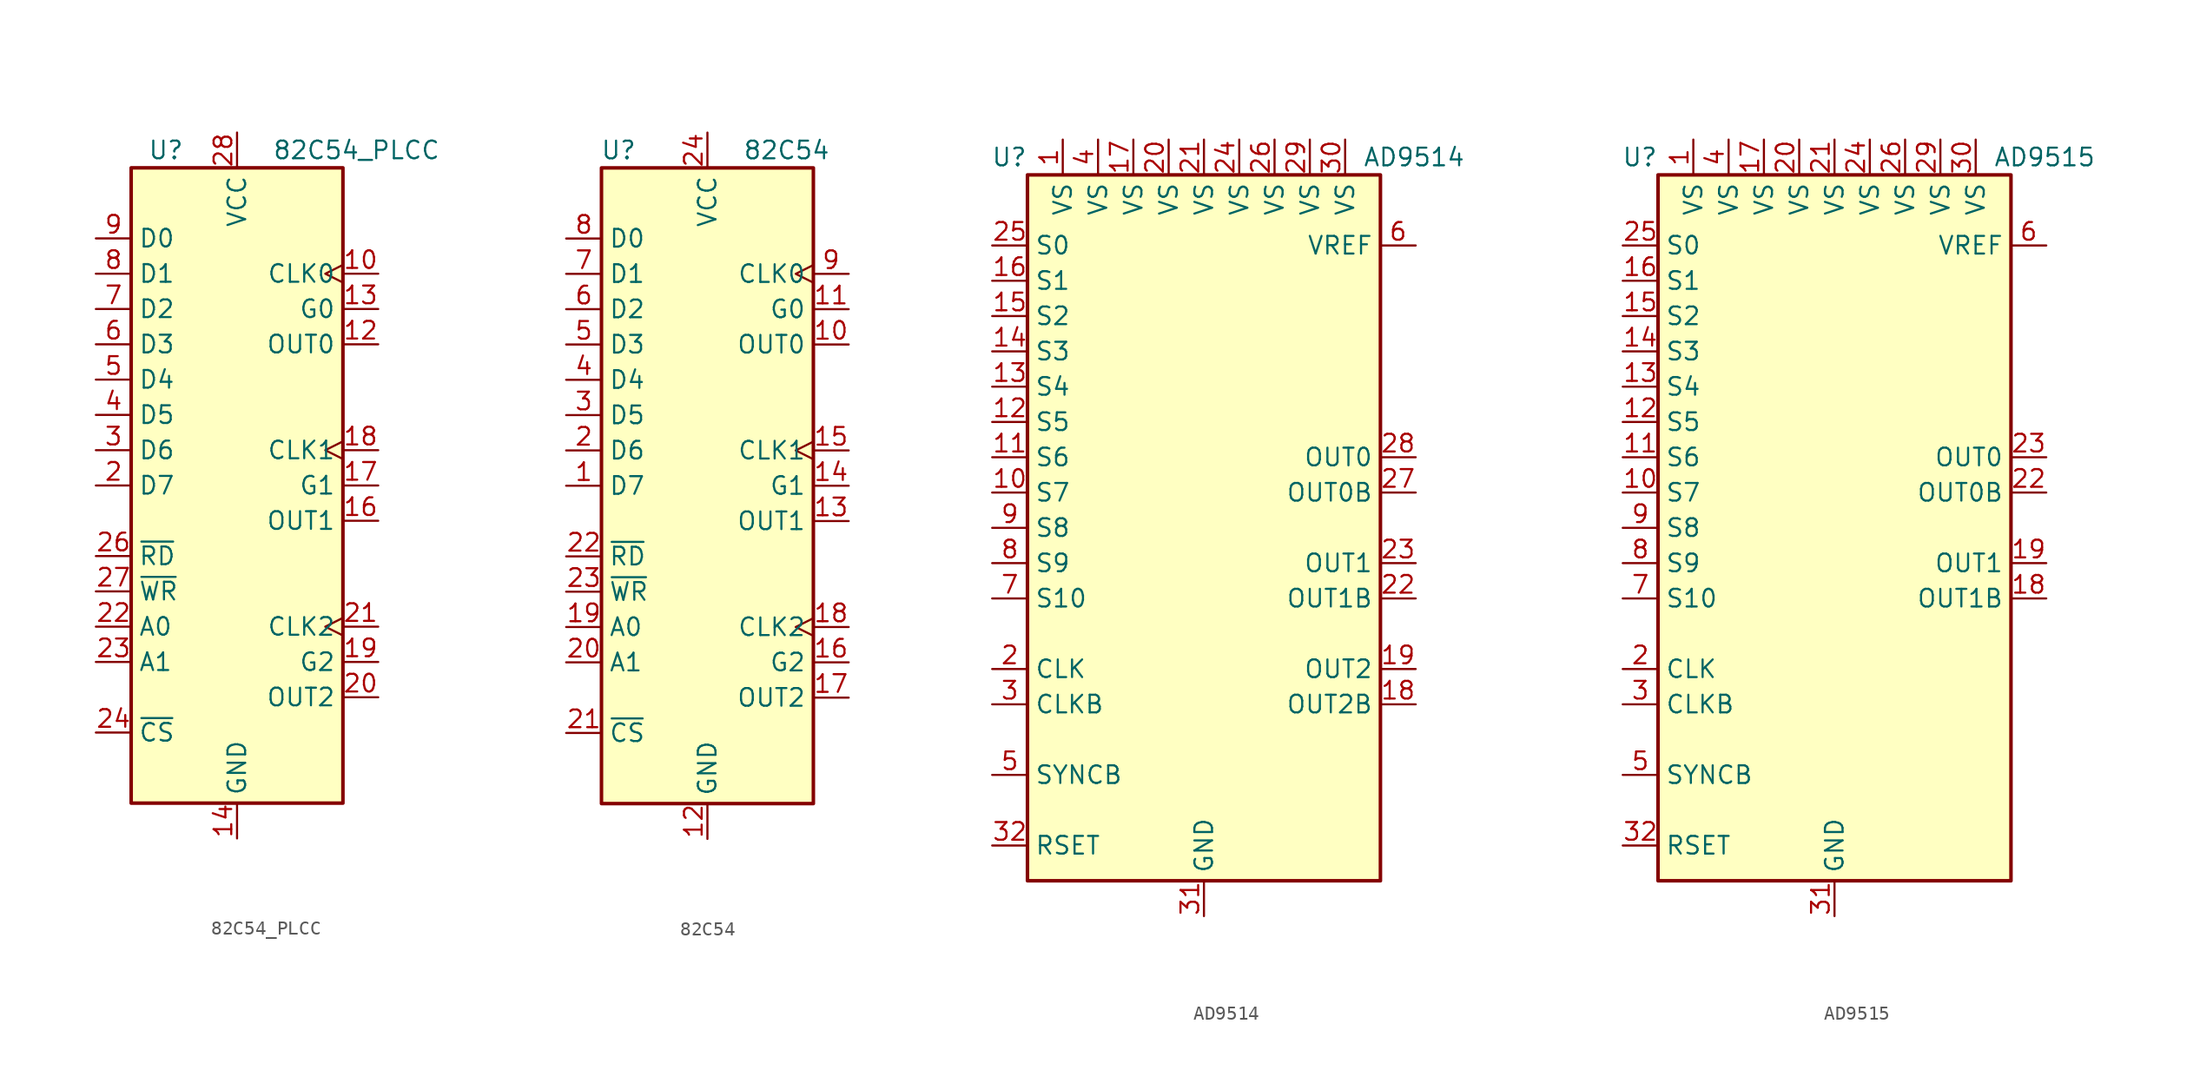
<source format=kicad_sym>
(kicad_symbol_lib
  (version 20201005)
  (generator kicad_symbol_editor)
  (symbol "Timer:82C54_PLCC"
    (property "Reference" "U"
      (at -3.81 24.13 0)
      (effects (font (size 1.27 1.27)) (justify right)))
    (property "Value" "82C54_PLCC"
      (at 2.54 24.13 0)
      (effects (font (size 1.27 1.27)) (justify left)))
    (symbol "82C54_PLCC_0_1"
      (rectangle (start -7.62 -22.86) (end 7.62 22.86) (stroke (width 0.254)) (fill (type background))))
    (symbol "82C54_PLCC_1_1"
      (pin no_connect line (at -5.08 -22.86 90) (length 2.54) hide (name "NC" (effects (font (size 1.27 1.27)))) (number "1" (effects (font (size 1.27 1.27)))))
      (pin input clock (at 10.16 15.24 180) (length 2.54) (name "CLK0" (effects (font (size 1.27 1.27)))) (number "10" (effects (font (size 1.27 1.27)))))
      (pin no_connect line (at -2.54 -22.86 90) (length 2.54) hide (name "NC" (effects (font (size 1.27 1.27)))) (number "11" (effects (font (size 1.27 1.27)))))
      (pin output line (at 10.16 10.16 180) (length 2.54) (name "OUT0" (effects (font (size 1.27 1.27)))) (number "12" (effects (font (size 1.27 1.27)))))
      (pin input line (at 10.16 12.7 180) (length 2.54) (name "G0" (effects (font (size 1.27 1.27)))) (number "13" (effects (font (size 1.27 1.27)))))
      (pin power_in line (at 0 -25.4 90) (length 2.54) (name "GND" (effects (font (size 1.27 1.27)))) (number "14" (effects (font (size 1.27 1.27)))))
      (pin no_connect line (at 2.54 -22.86 90) (length 2.54) hide (name "NC" (effects (font (size 1.27 1.27)))) (number "15" (effects (font (size 1.27 1.27)))))
      (pin output line (at 10.16 -2.54 180) (length 2.54) (name "OUT1" (effects (font (size 1.27 1.27)))) (number "16" (effects (font (size 1.27 1.27)))))
      (pin input line (at 10.16 0 180) (length 2.54) (name "G1" (effects (font (size 1.27 1.27)))) (number "17" (effects (font (size 1.27 1.27)))))
      (pin input clock (at 10.16 2.54 180) (length 2.54) (name "CLK1" (effects (font (size 1.27 1.27)))) (number "18" (effects (font (size 1.27 1.27)))))
      (pin input line (at 10.16 -12.7 180) (length 2.54) (name "G2" (effects (font (size 1.27 1.27)))) (number "19" (effects (font (size 1.27 1.27)))))
      (pin bidirectional line (at -10.16 0 0) (length 2.54) (name "D7" (effects (font (size 1.27 1.27)))) (number "2" (effects (font (size 1.27 1.27)))))
      (pin output line (at 10.16 -15.24 180) (length 2.54) (name "OUT2" (effects (font (size 1.27 1.27)))) (number "20" (effects (font (size 1.27 1.27)))))
      (pin input clock (at 10.16 -10.16 180) (length 2.54) (name "CLK2" (effects (font (size 1.27 1.27)))) (number "21" (effects (font (size 1.27 1.27)))))
      (pin input line (at -10.16 -10.16 0) (length 2.54) (name "A0" (effects (font (size 1.27 1.27)))) (number "22" (effects (font (size 1.27 1.27)))))
      (pin input line (at -10.16 -12.7 0) (length 2.54) (name "A1" (effects (font (size 1.27 1.27)))) (number "23" (effects (font (size 1.27 1.27)))))
      (pin input line (at -10.16 -17.78 0) (length 2.54) (name "~CS~" (effects (font (size 1.27 1.27)))) (number "24" (effects (font (size 1.27 1.27)))))
      (pin no_connect line (at 5.08 -22.86 90) (length 2.54) hide (name "NC" (effects (font (size 1.27 1.27)))) (number "25" (effects (font (size 1.27 1.27)))))
      (pin input line (at -10.16 -5.08 0) (length 2.54) (name "~RD~" (effects (font (size 1.27 1.27)))) (number "26" (effects (font (size 1.27 1.27)))))
      (pin input line (at -10.16 -7.62 0) (length 2.54) (name "~WR~" (effects (font (size 1.27 1.27)))) (number "27" (effects (font (size 1.27 1.27)))))
      (pin power_in line (at 0 25.4 270) (length 2.54) (name "VCC" (effects (font (size 1.27 1.27)))) (number "28" (effects (font (size 1.27 1.27)))))
      (pin bidirectional line (at -10.16 2.54 0) (length 2.54) (name "D6" (effects (font (size 1.27 1.27)))) (number "3" (effects (font (size 1.27 1.27)))))
      (pin bidirectional line (at -10.16 5.08 0) (length 2.54) (name "D5" (effects (font (size 1.27 1.27)))) (number "4" (effects (font (size 1.27 1.27)))))
      (pin bidirectional line (at -10.16 7.62 0) (length 2.54) (name "D4" (effects (font (size 1.27 1.27)))) (number "5" (effects (font (size 1.27 1.27)))))
      (pin bidirectional line (at -10.16 10.16 0) (length 2.54) (name "D3" (effects (font (size 1.27 1.27)))) (number "6" (effects (font (size 1.27 1.27)))))
      (pin bidirectional line (at -10.16 12.7 0) (length 2.54) (name "D2" (effects (font (size 1.27 1.27)))) (number "7" (effects (font (size 1.27 1.27)))))
      (pin bidirectional line (at -10.16 15.24 0) (length 2.54) (name "D1" (effects (font (size 1.27 1.27)))) (number "8" (effects (font (size 1.27 1.27)))))
      (pin bidirectional line (at -10.16 17.78 0) (length 2.54) (name "D0" (effects (font (size 1.27 1.27)))) (number "9" (effects (font (size 1.27 1.27)))))))
  (symbol "Timer:82C54"
    (property "Reference" "U"
      (at -5.08 24.13 0)
      (effects (font (size 1.27 1.27)) (justify right)))
    (property "Value" "82C54"
      (at 2.54 24.13 0)
      (effects (font (size 1.27 1.27)) (justify left)))
    (symbol "82C54_0_1"
      (rectangle (start -7.62 -22.86) (end 7.62 22.86) (stroke (width 0.254)) (fill (type background))))
    (symbol "82C54_1_1"
      (pin bidirectional line (at -10.16 0 0) (length 2.54) (name "D7" (effects (font (size 1.27 1.27)))) (number "1" (effects (font (size 1.27 1.27)))))
      (pin output line (at 10.16 10.16 180) (length 2.54) (name "OUT0" (effects (font (size 1.27 1.27)))) (number "10" (effects (font (size 1.27 1.27)))))
      (pin input line (at 10.16 12.7 180) (length 2.54) (name "G0" (effects (font (size 1.27 1.27)))) (number "11" (effects (font (size 1.27 1.27)))))
      (pin power_in line (at 0 -25.4 90) (length 2.54) (name "GND" (effects (font (size 1.27 1.27)))) (number "12" (effects (font (size 1.27 1.27)))))
      (pin output line (at 10.16 -2.54 180) (length 2.54) (name "OUT1" (effects (font (size 1.27 1.27)))) (number "13" (effects (font (size 1.27 1.27)))))
      (pin input line (at 10.16 0 180) (length 2.54) (name "G1" (effects (font (size 1.27 1.27)))) (number "14" (effects (font (size 1.27 1.27)))))
      (pin input clock (at 10.16 2.54 180) (length 2.54) (name "CLK1" (effects (font (size 1.27 1.27)))) (number "15" (effects (font (size 1.27 1.27)))))
      (pin input line (at 10.16 -12.7 180) (length 2.54) (name "G2" (effects (font (size 1.27 1.27)))) (number "16" (effects (font (size 1.27 1.27)))))
      (pin output line (at 10.16 -15.24 180) (length 2.54) (name "OUT2" (effects (font (size 1.27 1.27)))) (number "17" (effects (font (size 1.27 1.27)))))
      (pin input clock (at 10.16 -10.16 180) (length 2.54) (name "CLK2" (effects (font (size 1.27 1.27)))) (number "18" (effects (font (size 1.27 1.27)))))
      (pin input line (at -10.16 -10.16 0) (length 2.54) (name "A0" (effects (font (size 1.27 1.27)))) (number "19" (effects (font (size 1.27 1.27)))))
      (pin bidirectional line (at -10.16 2.54 0) (length 2.54) (name "D6" (effects (font (size 1.27 1.27)))) (number "2" (effects (font (size 1.27 1.27)))))
      (pin input line (at -10.16 -12.7 0) (length 2.54) (name "A1" (effects (font (size 1.27 1.27)))) (number "20" (effects (font (size 1.27 1.27)))))
      (pin input line (at -10.16 -17.78 0) (length 2.54) (name "~CS" (effects (font (size 1.27 1.27)))) (number "21" (effects (font (size 1.27 1.27)))))
      (pin input line (at -10.16 -5.08 0) (length 2.54) (name "~RD" (effects (font (size 1.27 1.27)))) (number "22" (effects (font (size 1.27 1.27)))))
      (pin input line (at -10.16 -7.62 0) (length 2.54) (name "~WR" (effects (font (size 1.27 1.27)))) (number "23" (effects (font (size 1.27 1.27)))))
      (pin power_in line (at 0 25.4 270) (length 2.54) (name "VCC" (effects (font (size 1.27 1.27)))) (number "24" (effects (font (size 1.27 1.27)))))
      (pin bidirectional line (at -10.16 5.08 0) (length 2.54) (name "D5" (effects (font (size 1.27 1.27)))) (number "3" (effects (font (size 1.27 1.27)))))
      (pin bidirectional line (at -10.16 7.62 0) (length 2.54) (name "D4" (effects (font (size 1.27 1.27)))) (number "4" (effects (font (size 1.27 1.27)))))
      (pin bidirectional line (at -10.16 10.16 0) (length 2.54) (name "D3" (effects (font (size 1.27 1.27)))) (number "5" (effects (font (size 1.27 1.27)))))
      (pin bidirectional line (at -10.16 12.7 0) (length 2.54) (name "D2" (effects (font (size 1.27 1.27)))) (number "6" (effects (font (size 1.27 1.27)))))
      (pin bidirectional line (at -10.16 15.24 0) (length 2.54) (name "D1" (effects (font (size 1.27 1.27)))) (number "7" (effects (font (size 1.27 1.27)))))
      (pin bidirectional line (at -10.16 17.78 0) (length 2.54) (name "D0" (effects (font (size 1.27 1.27)))) (number "8" (effects (font (size 1.27 1.27)))))
      (pin input clock (at 10.16 15.24 180) (length 2.54) (name "CLK0" (effects (font (size 1.27 1.27)))) (number "9" (effects (font (size 1.27 1.27)))))))
  (symbol "Timer:AD9514"
    (property "Reference" "U"
      (at -12.7 26.67 0)
      (effects (font (size 1.27 1.27)) (justify right)))
    (property "Value" "AD9514"
      (at 11.43 26.67 0)
      (effects (font (size 1.27 1.27)) (justify left)))
    (symbol "AD9514_1_1"
      (rectangle (start -12.7 25.4) (end 12.7 -25.4) (stroke (width 0.254)) (fill (type background)))
      (pin power_in line (at -10.16 27.94 270) (length 2.54) (name "VS" (effects (font (size 1.27 1.27)))) (number "1" (effects (font (size 1.27 1.27)))))
      (pin input line (at -15.24 2.54 0) (length 2.54) (name "S7" (effects (font (size 1.27 1.27)))) (number "10" (effects (font (size 1.27 1.27)))))
      (pin input line (at -15.24 5.08 0) (length 2.54) (name "S6" (effects (font (size 1.27 1.27)))) (number "11" (effects (font (size 1.27 1.27)))))
      (pin input line (at -15.24 7.62 0) (length 2.54) (name "S5" (effects (font (size 1.27 1.27)))) (number "12" (effects (font (size 1.27 1.27)))))
      (pin input line (at -15.24 10.16 0) (length 2.54) (name "S4" (effects (font (size 1.27 1.27)))) (number "13" (effects (font (size 1.27 1.27)))))
      (pin input line (at -15.24 12.7 0) (length 2.54) (name "S3" (effects (font (size 1.27 1.27)))) (number "14" (effects (font (size 1.27 1.27)))))
      (pin input line (at -15.24 15.24 0) (length 2.54) (name "S2" (effects (font (size 1.27 1.27)))) (number "15" (effects (font (size 1.27 1.27)))))
      (pin input line (at -15.24 17.78 0) (length 2.54) (name "S1" (effects (font (size 1.27 1.27)))) (number "16" (effects (font (size 1.27 1.27)))))
      (pin power_in line (at -5.08 27.94 270) (length 2.54) (name "VS" (effects (font (size 1.27 1.27)))) (number "17" (effects (font (size 1.27 1.27)))))
      (pin output line (at 15.24 -12.7 180) (length 2.54) (name "OUT2B" (effects (font (size 1.27 1.27)))) (number "18" (effects (font (size 1.27 1.27)))))
      (pin output line (at 15.24 -10.16 180) (length 2.54) (name "OUT2" (effects (font (size 1.27 1.27)))) (number "19" (effects (font (size 1.27 1.27)))))
      (pin input line (at -15.24 -10.16 0) (length 2.54) (name "CLK" (effects (font (size 1.27 1.27)))) (number "2" (effects (font (size 1.27 1.27)))))
      (pin power_in line (at -2.54 27.94 270) (length 2.54) (name "VS" (effects (font (size 1.27 1.27)))) (number "20" (effects (font (size 1.27 1.27)))))
      (pin power_in line (at 0 27.94 270) (length 2.54) (name "VS" (effects (font (size 1.27 1.27)))) (number "21" (effects (font (size 1.27 1.27)))))
      (pin open_emitter line (at 15.24 -5.08 180) (length 2.54) (name "OUT1B" (effects (font (size 1.27 1.27)))) (number "22" (effects (font (size 1.27 1.27)))))
      (pin open_emitter line (at 15.24 -2.54 180) (length 2.54) (name "OUT1" (effects (font (size 1.27 1.27)))) (number "23" (effects (font (size 1.27 1.27)))))
      (pin power_in line (at 2.54 27.94 270) (length 2.54) (name "VS" (effects (font (size 1.27 1.27)))) (number "24" (effects (font (size 1.27 1.27)))))
      (pin input line (at -15.24 20.32 0) (length 2.54) (name "S0" (effects (font (size 1.27 1.27)))) (number "25" (effects (font (size 1.27 1.27)))))
      (pin power_in line (at 5.08 27.94 270) (length 2.54) (name "VS" (effects (font (size 1.27 1.27)))) (number "26" (effects (font (size 1.27 1.27)))))
      (pin open_emitter line (at 15.24 2.54 180) (length 2.54) (name "OUT0B" (effects (font (size 1.27 1.27)))) (number "27" (effects (font (size 1.27 1.27)))))
      (pin open_emitter line (at 15.24 5.08 180) (length 2.54) (name "OUT0" (effects (font (size 1.27 1.27)))) (number "28" (effects (font (size 1.27 1.27)))))
      (pin power_in line (at 7.62 27.94 270) (length 2.54) (name "VS" (effects (font (size 1.27 1.27)))) (number "29" (effects (font (size 1.27 1.27)))))
      (pin input line (at -15.24 -12.7 0) (length 2.54) (name "CLKB" (effects (font (size 1.27 1.27)))) (number "3" (effects (font (size 1.27 1.27)))))
      (pin power_in line (at 10.16 27.94 270) (length 2.54) (name "VS" (effects (font (size 1.27 1.27)))) (number "30" (effects (font (size 1.27 1.27)))))
      (pin power_in line (at 0 -27.94 90) (length 2.54) (name "GND" (effects (font (size 1.27 1.27)))) (number "31" (effects (font (size 1.27 1.27)))))
      (pin passive line (at -15.24 -22.86 0) (length 2.54) (name "RSET" (effects (font (size 1.27 1.27)))) (number "32" (effects (font (size 1.27 1.27)))))
      (pin passive line (at 0 -27.94 90) (length 2.54) hide (name "GND" (effects (font (size 1.27 1.27)))) (number "33" (effects (font (size 1.27 1.27)))))
      (pin power_in line (at -7.62 27.94 270) (length 2.54) (name "VS" (effects (font (size 1.27 1.27)))) (number "4" (effects (font (size 1.27 1.27)))))
      (pin input line (at -15.24 -17.78 0) (length 2.54) (name "SYNCB" (effects (font (size 1.27 1.27)))) (number "5" (effects (font (size 1.27 1.27)))))
      (pin power_out line (at 15.24 20.32 180) (length 2.54) (name "VREF" (effects (font (size 1.27 1.27)))) (number "6" (effects (font (size 1.27 1.27)))))
      (pin input line (at -15.24 -5.08 0) (length 2.54) (name "S10" (effects (font (size 1.27 1.27)))) (number "7" (effects (font (size 1.27 1.27)))))
      (pin input line (at -15.24 -2.54 0) (length 2.54) (name "S9" (effects (font (size 1.27 1.27)))) (number "8" (effects (font (size 1.27 1.27)))))
      (pin input line (at -15.24 0 0) (length 2.54) (name "S8" (effects (font (size 1.27 1.27)))) (number "9" (effects (font (size 1.27 1.27)))))))
  (symbol "Timer:AD9515"
    (property "Reference" "U"
      (at -12.7 26.67 0)
      (effects (font (size 1.27 1.27)) (justify right)))
    (property "Value" "AD9515"
      (at 11.43 26.67 0)
      (effects (font (size 1.27 1.27)) (justify left)))
    (symbol "AD9515_1_1"
      (rectangle (start -12.7 25.4) (end 12.7 -25.4) (stroke (width 0.254)) (fill (type background)))
      (pin power_in line (at -10.16 27.94 270) (length 2.54) (name "VS" (effects (font (size 1.27 1.27)))) (number "1" (effects (font (size 1.27 1.27)))))
      (pin input line (at -15.24 2.54 0) (length 2.54) (name "S7" (effects (font (size 1.27 1.27)))) (number "10" (effects (font (size 1.27 1.27)))))
      (pin input line (at -15.24 5.08 0) (length 2.54) (name "S6" (effects (font (size 1.27 1.27)))) (number "11" (effects (font (size 1.27 1.27)))))
      (pin input line (at -15.24 7.62 0) (length 2.54) (name "S5" (effects (font (size 1.27 1.27)))) (number "12" (effects (font (size 1.27 1.27)))))
      (pin input line (at -15.24 10.16 0) (length 2.54) (name "S4" (effects (font (size 1.27 1.27)))) (number "13" (effects (font (size 1.27 1.27)))))
      (pin input line (at -15.24 12.7 0) (length 2.54) (name "S3" (effects (font (size 1.27 1.27)))) (number "14" (effects (font (size 1.27 1.27)))))
      (pin input line (at -15.24 15.24 0) (length 2.54) (name "S2" (effects (font (size 1.27 1.27)))) (number "15" (effects (font (size 1.27 1.27)))))
      (pin input line (at -15.24 17.78 0) (length 2.54) (name "S1" (effects (font (size 1.27 1.27)))) (number "16" (effects (font (size 1.27 1.27)))))
      (pin power_in line (at -5.08 27.94 270) (length 2.54) (name "VS" (effects (font (size 1.27 1.27)))) (number "17" (effects (font (size 1.27 1.27)))))
      (pin output line (at 15.24 -5.08 180) (length 2.54) (name "OUT1B" (effects (font (size 1.27 1.27)))) (number "18" (effects (font (size 1.27 1.27)))))
      (pin output line (at 15.24 -2.54 180) (length 2.54) (name "OUT1" (effects (font (size 1.27 1.27)))) (number "19" (effects (font (size 1.27 1.27)))))
      (pin input line (at -15.24 -10.16 0) (length 2.54) (name "CLK" (effects (font (size 1.27 1.27)))) (number "2" (effects (font (size 1.27 1.27)))))
      (pin power_in line (at -2.54 27.94 270) (length 2.54) (name "VS" (effects (font (size 1.27 1.27)))) (number "20" (effects (font (size 1.27 1.27)))))
      (pin power_in line (at 0 27.94 270) (length 2.54) (name "VS" (effects (font (size 1.27 1.27)))) (number "21" (effects (font (size 1.27 1.27)))))
      (pin output line (at 15.24 2.54 180) (length 2.54) (name "OUT0B" (effects (font (size 1.27 1.27)))) (number "22" (effects (font (size 1.27 1.27)))))
      (pin output line (at 15.24 5.08 180) (length 2.54) (name "OUT0" (effects (font (size 1.27 1.27)))) (number "23" (effects (font (size 1.27 1.27)))))
      (pin power_in line (at 2.54 27.94 270) (length 2.54) (name "VS" (effects (font (size 1.27 1.27)))) (number "24" (effects (font (size 1.27 1.27)))))
      (pin input line (at -15.24 20.32 0) (length 2.54) (name "S0" (effects (font (size 1.27 1.27)))) (number "25" (effects (font (size 1.27 1.27)))))
      (pin power_in line (at 5.08 27.94 270) (length 2.54) (name "VS" (effects (font (size 1.27 1.27)))) (number "26" (effects (font (size 1.27 1.27)))))
      (pin no_connect line (at 12.7 10.16 180) (length 2.54) hide (name "NC" (effects (font (size 1.27 1.27)))) (number "27" (effects (font (size 1.27 1.27)))))
      (pin no_connect line (at 12.7 12.7 180) (length 2.54) hide (name "NC" (effects (font (size 1.27 1.27)))) (number "28" (effects (font (size 1.27 1.27)))))
      (pin power_in line (at 7.62 27.94 270) (length 2.54) (name "VS" (effects (font (size 1.27 1.27)))) (number "29" (effects (font (size 1.27 1.27)))))
      (pin input line (at -15.24 -12.7 0) (length 2.54) (name "CLKB" (effects (font (size 1.27 1.27)))) (number "3" (effects (font (size 1.27 1.27)))))
      (pin power_in line (at 10.16 27.94 270) (length 2.54) (name "VS" (effects (font (size 1.27 1.27)))) (number "30" (effects (font (size 1.27 1.27)))))
      (pin power_in line (at 0 -27.94 90) (length 2.54) (name "GND" (effects (font (size 1.27 1.27)))) (number "31" (effects (font (size 1.27 1.27)))))
      (pin passive line (at -15.24 -22.86 0) (length 2.54) (name "RSET" (effects (font (size 1.27 1.27)))) (number "32" (effects (font (size 1.27 1.27)))))
      (pin passive line (at 0 -27.94 90) (length 2.54) hide (name "GND" (effects (font (size 1.27 1.27)))) (number "33" (effects (font (size 1.27 1.27)))))
      (pin power_in line (at -7.62 27.94 270) (length 2.54) (name "VS" (effects (font (size 1.27 1.27)))) (number "4" (effects (font (size 1.27 1.27)))))
      (pin input line (at -15.24 -17.78 0) (length 2.54) (name "SYNCB" (effects (font (size 1.27 1.27)))) (number "5" (effects (font (size 1.27 1.27)))))
      (pin power_out line (at 15.24 20.32 180) (length 2.54) (name "VREF" (effects (font (size 1.27 1.27)))) (number "6" (effects (font (size 1.27 1.27)))))
      (pin input line (at -15.24 -5.08 0) (length 2.54) (name "S10" (effects (font (size 1.27 1.27)))) (number "7" (effects (font (size 1.27 1.27)))))
      (pin input line (at -15.24 -2.54 0) (length 2.54) (name "S9" (effects (font (size 1.27 1.27)))) (number "8" (effects (font (size 1.27 1.27)))))
      (pin input line (at -15.24 0 0) (length 2.54) (name "S8" (effects (font (size 1.27 1.27)))) (number "9" (effects (font (size 1.27 1.27))))))))
</source>
